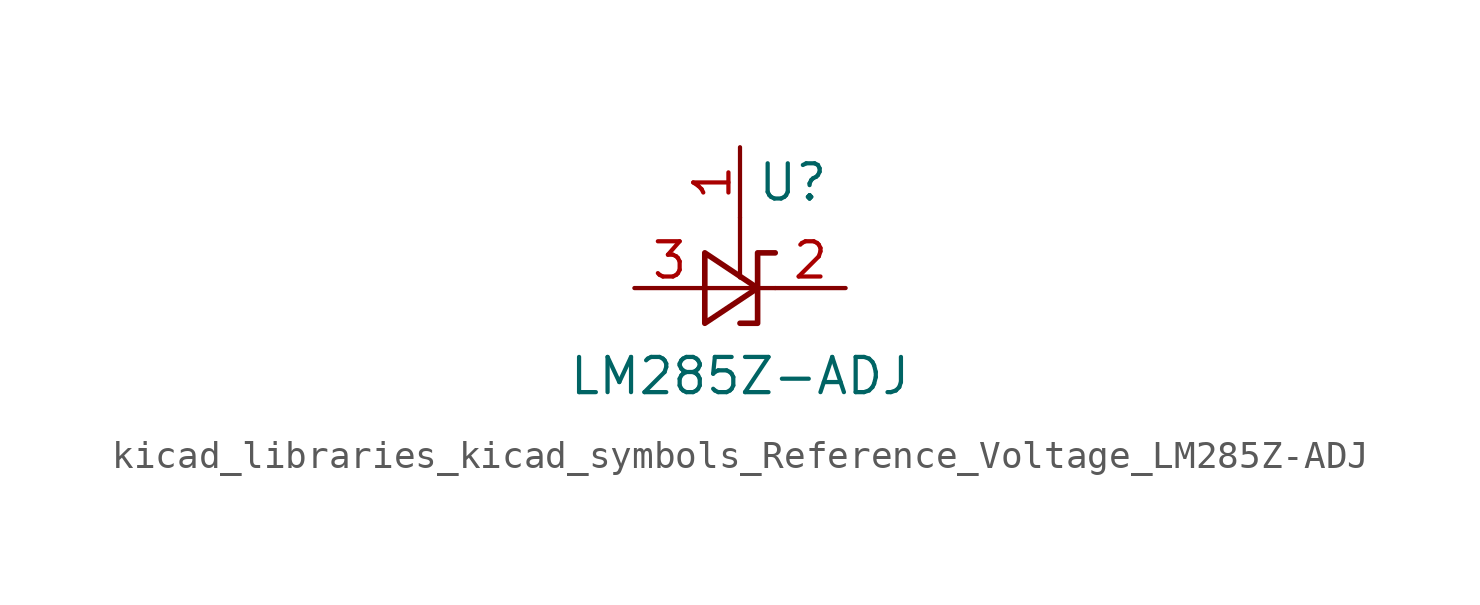
<source format=kicad_sym>
(kicad_symbol_lib
  (version 20220914)
  (generator kicad_symbol_editor)
  (symbol "kicad_libraries_kicad_symbols_Reference_Voltage_LM285Z-ADJ"
    (pin_names
      (offset 0.025) hide)
    (property "Reference" "U"
      (at 1.905 3.81 0)
      (effects (font (size 1.27 1.27))))
    (property "Value" "LM285Z-ADJ"
      (at 0 -3.175 0)
      (effects (font (size 1.27 1.27))))
    (symbol "kicad_libraries_kicad_symbols_Reference_Voltage_LM285Z-ADJ_0_1"
      (polyline (pts (xy 0 2.54) (xy 0 0.381)) (stroke (width 0) (type default)) (fill (type none)))
      (polyline (pts (xy -1.27 0) (xy 0 0) (xy 1.27 0)) (stroke (width 0) (type default)) (fill (type none)))
      (polyline (pts (xy -1.27 -1.27) (xy 0.635 0) (xy -1.27 1.27) (xy -1.27 -1.27)) (stroke (width 0.203) (type default)) (fill (type none)))
      (polyline (pts (xy 0 -1.27) (xy 0.635 -1.27) (xy 0.635 1.27) (xy 1.27 1.27)) (stroke (width 0.203) (type default)) (fill (type none))))
    (symbol "kicad_libraries_kicad_symbols_Reference_Voltage_LM285Z-ADJ_1_1"
      (pin input line (at 0 5.08 270) (length 2.54) (name "FB" (effects (font (size 1.27 1.27)))) (number "1" (effects (font (size 1.27 1.27)))))
      (pin passive line (at 3.81 0 180) (length 2.54) (name "K" (effects (font (size 1.27 1.27)))) (number "2" (effects (font (size 1.27 1.27)))))
      (pin passive line (at -3.81 0 0) (length 2.54) (name "A" (effects (font (size 1.27 1.27)))) (number "3" (effects (font (size 1.27 1.27))))))))
</source>
